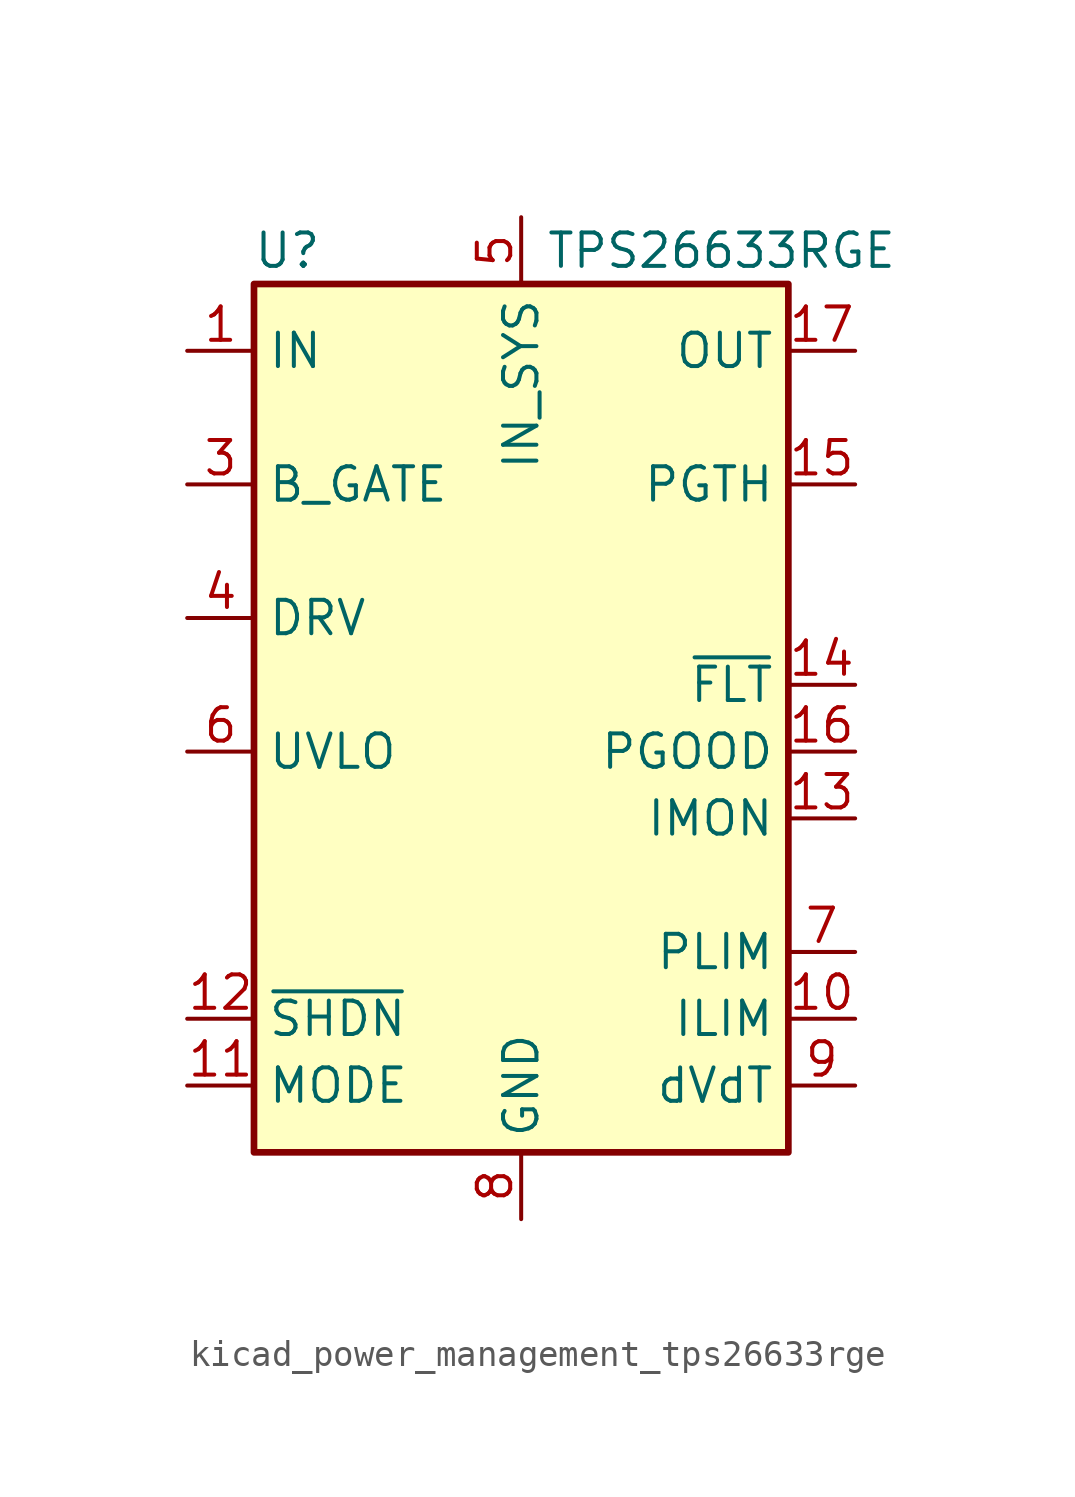
<source format=kicad_sym>
(kicad_symbol_lib
  (version 20220914)
  (generator kicad_symbol_editor)
  (symbol "kicad_power_management_tps26633rge"
    (property "Reference" "U"
      (at -8.89 16.51 0)
      (effects (font (size 1.27 1.27))))
    (property "Value" "TPS26633RGE"
      (at 7.62 16.51 0)
      (effects (font (size 1.27 1.27))))
    (symbol "kicad_power_management_tps26633rge_0_1"
      (rectangle (start -10.16 15.24) (end 10.16 -17.78) (stroke (width 0.254) (type default)) (fill (type background))))
    (symbol "kicad_power_management_tps26633rge_1_1"
      (pin power_in line (at -12.7 12.7 0) (length 2.54) (name "IN" (effects (font (size 1.27 1.27)))) (number "1" (effects (font (size 1.27 1.27)))))
      (pin passive line (at 12.7 -12.7 180) (length 2.54) (name "ILIM" (effects (font (size 1.27 1.27)))) (number "10" (effects (font (size 1.27 1.27)))))
      (pin input line (at -12.7 -15.24 0) (length 2.54) (name "MODE" (effects (font (size 1.27 1.27)))) (number "11" (effects (font (size 1.27 1.27)))))
      (pin input line (at -12.7 -12.7 0) (length 2.54) (name "~{SHDN}" (effects (font (size 1.27 1.27)))) (number "12" (effects (font (size 1.27 1.27)))))
      (pin output line (at 12.7 -5.08 180) (length 2.54) (name "IMON" (effects (font (size 1.27 1.27)))) (number "13" (effects (font (size 1.27 1.27)))))
      (pin open_collector line (at 12.7 0 180) (length 2.54) (name "~{FLT}" (effects (font (size 1.27 1.27)))) (number "14" (effects (font (size 1.27 1.27)))))
      (pin input line (at 12.7 7.62 180) (length 2.54) (name "PGTH" (effects (font (size 1.27 1.27)))) (number "15" (effects (font (size 1.27 1.27)))))
      (pin output line (at 12.7 -2.54 180) (length 2.54) (name "PGOOD" (effects (font (size 1.27 1.27)))) (number "16" (effects (font (size 1.27 1.27)))))
      (pin power_out line (at 12.7 12.7 180) (length 2.54) (name "OUT" (effects (font (size 1.27 1.27)))) (number "17" (effects (font (size 1.27 1.27)))))
      (pin passive line (at 12.7 12.7 180) (length 2.54) hide (name "OUT" (effects (font (size 1.27 1.27)))) (number "18" (effects (font (size 1.27 1.27)))))
      (pin no_connect line (at -10.16 10.16 0) (length 2.54) hide (name "NC" (effects (font (size 1.27 1.27)))) (number "19" (effects (font (size 1.27 1.27)))))
      (pin passive line (at -12.7 12.7 0) (length 2.54) hide (name "IN" (effects (font (size 1.27 1.27)))) (number "2" (effects (font (size 1.27 1.27)))))
      (pin no_connect line (at -10.16 5.08 0) (length 2.54) hide (name "NC" (effects (font (size 1.27 1.27)))) (number "20" (effects (font (size 1.27 1.27)))))
      (pin no_connect line (at -10.16 0 0) (length 2.54) hide (name "NC" (effects (font (size 1.27 1.27)))) (number "21" (effects (font (size 1.27 1.27)))))
      (pin no_connect line (at 10.16 10.16 180) (length 2.54) hide (name "NC" (effects (font (size 1.27 1.27)))) (number "22" (effects (font (size 1.27 1.27)))))
      (pin no_connect line (at 10.16 5.08 180) (length 2.54) hide (name "NC" (effects (font (size 1.27 1.27)))) (number "23" (effects (font (size 1.27 1.27)))))
      (pin no_connect line (at 10.16 2.54 180) (length 2.54) hide (name "NC" (effects (font (size 1.27 1.27)))) (number "24" (effects (font (size 1.27 1.27)))))
      (pin passive line (at 0 -20.32 90) (length 2.54) hide (name "GND" (effects (font (size 1.27 1.27)))) (number "25" (effects (font (size 1.27 1.27)))))
      (pin output line (at -12.7 7.62 0) (length 2.54) (name "B_GATE" (effects (font (size 1.27 1.27)))) (number "3" (effects (font (size 1.27 1.27)))))
      (pin output line (at -12.7 2.54 0) (length 2.54) (name "DRV" (effects (font (size 1.27 1.27)))) (number "4" (effects (font (size 1.27 1.27)))))
      (pin power_in line (at 0 17.78 270) (length 2.54) (name "IN_SYS" (effects (font (size 1.27 1.27)))) (number "5" (effects (font (size 1.27 1.27)))))
      (pin input line (at -12.7 -2.54 0) (length 2.54) (name "UVLO" (effects (font (size 1.27 1.27)))) (number "6" (effects (font (size 1.27 1.27)))))
      (pin passive line (at 12.7 -10.16 180) (length 2.54) (name "PLIM" (effects (font (size 1.27 1.27)))) (number "7" (effects (font (size 1.27 1.27)))))
      (pin power_in line (at 0 -20.32 90) (length 2.54) (name "GND" (effects (font (size 1.27 1.27)))) (number "8" (effects (font (size 1.27 1.27)))))
      (pin passive line (at 12.7 -15.24 180) (length 2.54) (name "dVdT" (effects (font (size 1.27 1.27)))) (number "9" (effects (font (size 1.27 1.27))))))))
</source>
